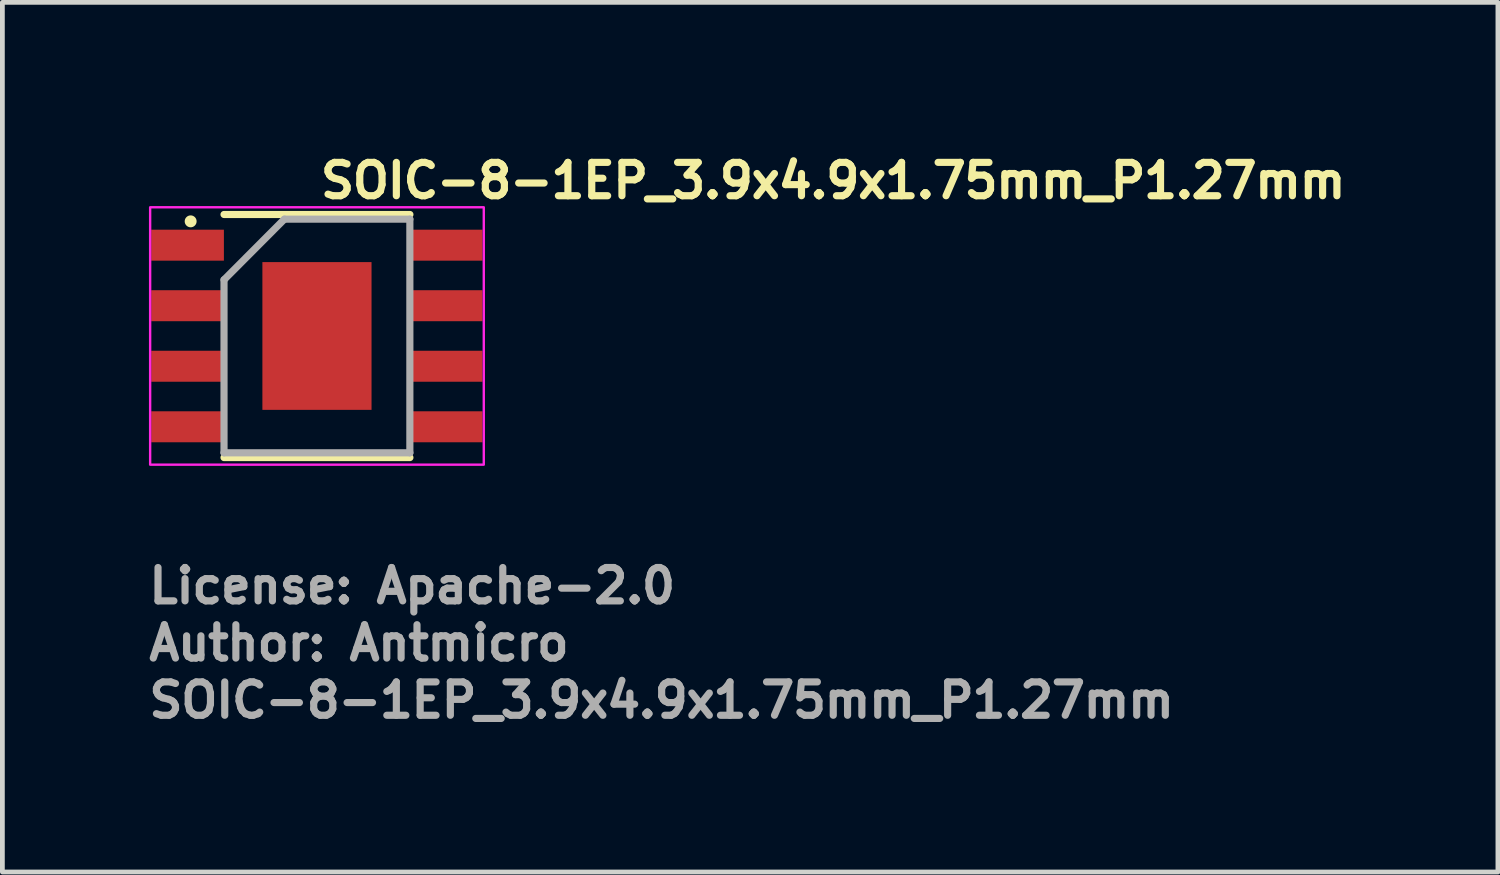
<source format=kicad_pcb>
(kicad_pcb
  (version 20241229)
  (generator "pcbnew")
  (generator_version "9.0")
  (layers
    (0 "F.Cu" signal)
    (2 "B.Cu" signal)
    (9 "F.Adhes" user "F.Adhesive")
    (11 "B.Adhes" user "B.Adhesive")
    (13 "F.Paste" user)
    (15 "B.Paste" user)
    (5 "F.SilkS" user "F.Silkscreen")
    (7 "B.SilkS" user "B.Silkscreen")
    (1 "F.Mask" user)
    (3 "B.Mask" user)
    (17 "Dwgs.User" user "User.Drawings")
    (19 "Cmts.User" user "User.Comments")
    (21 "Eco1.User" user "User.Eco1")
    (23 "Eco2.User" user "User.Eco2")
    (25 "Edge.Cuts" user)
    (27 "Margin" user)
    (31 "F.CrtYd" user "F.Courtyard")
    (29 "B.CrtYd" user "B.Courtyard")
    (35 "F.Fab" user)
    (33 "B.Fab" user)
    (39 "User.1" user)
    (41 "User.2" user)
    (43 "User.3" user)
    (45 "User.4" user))
  (footprint "SOIC-8-1EP_3.9x4.9x1.75mm_P1.27mm"
    (layer "F.Cu")
    (at 3.6 3.999)
    (property "Reference" "SOIC-8-1EP_3.9x4.9x1.75mm_P1.27mm" (at 0 -2.849 0) (layer "F.SilkS") (effects (font (size 0.7 0.7) (thickness 0.15)) (justify left bottom)))
    (attr smd)
    (fp_line (start 1.95 -2.549) (end -1.95 -2.549) (stroke (width 0.15) (type solid)) (layer "F.SilkS"))
    (fp_line (start 1.95 2.551) (end -1.95 2.551) (stroke (width 0.15) (type solid)) (layer "F.SilkS"))
    (fp_circle (center -2.65 -2.405) (end -2.6 -2.405) (stroke (width 0.15) (type solid)) (fill yes) (layer "F.SilkS"))
    (fp_rect (start -3.5 -2.7) (end 3.5 2.7) (stroke (width 0.05) (type solid)) (fill no) (layer "F.CrtYd"))
    (fp_line (start -1.95 -1.179) (end -0.683 -2.451) (stroke (width 0.15) (type solid)) (layer "F.Fab"))
    (fp_line (start -1.95 2.451) (end -1.95 -1.179) (stroke (width 0.15) (type solid)) (layer "F.Fab"))
    (fp_line (start -0.683 -2.451) (end 1.949 -2.451) (stroke (width 0.15) (type solid)) (layer "F.Fab"))
    (fp_line (start 1.949 -2.451) (end 1.949 2.451) (stroke (width 0.15) (type solid)) (layer "F.Fab"))
    (fp_line (start 1.949 2.451) (end -1.95 2.451) (stroke (width 0.15) (type solid)) (layer "F.Fab"))
    (fp_rect (start -3 -2.451) (end 2.999 2.451) (stroke (width 0.1) (type solid)) (fill no) (layer "User.5"))
    (fp_line (start -3 -2.109) (end -2.753 -2.109) (stroke (width 0.02) (type solid)) (layer "User.9"))
    (fp_line (start -3 -1.699) (end -3 -2.109) (stroke (width 0.02) (type solid)) (layer "User.9"))
    (fp_line (start -3 -1.699) (end -2.753 -1.699) (stroke (width 0.02) (type solid)) (layer "User.9"))
    (fp_line (start -3 -0.839) (end -2.753 -0.839) (stroke (width 0.02) (type solid)) (layer "User.9"))
    (fp_line (start -3 -0.429) (end -3 -0.839) (stroke (width 0.02) (type solid)) (layer "User.9"))
    (fp_line (start -3 -0.429) (end -2.753 -0.429) (stroke (width 0.02) (type solid)) (layer "User.9"))
    (fp_line (start -3 0.429) (end -2.753 0.429) (stroke (width 0.02) (type solid)) (layer "User.9"))
    (fp_line (start -3 0.839) (end -3 0.429) (stroke (width 0.02) (type solid)) (layer "User.9"))
    (fp_line (start -3 0.839) (end -2.753 0.839) (stroke (width 0.02) (type solid)) (layer "User.9"))
    (fp_line (start -3 1.7) (end -2.753 1.7) (stroke (width 0.02) (type solid)) (layer "User.9"))
    (fp_line (start -3 2.109) (end -3 1.7) (stroke (width 0.02) (type solid)) (layer "User.9"))
    (fp_line (start -3 2.109) (end -2.753 2.109) (stroke (width 0.02) (type solid)) (layer "User.9"))
    (fp_line (start -2.753 -2.109) (end -2.672 -2.109) (stroke (width 0.02) (type solid)) (layer "User.9"))
    (fp_line (start -2.753 -1.699) (end -2.672 -1.699) (stroke (width 0.02) (type solid)) (layer "User.9"))
    (fp_line (start -2.753 -0.839) (end -2.672 -0.839) (stroke (width 0.02) (type solid)) (layer "User.9"))
    (fp_line (start -2.753 -0.429) (end -2.672 -0.429) (stroke (width 0.02) (type solid)) (layer "User.9"))
    (fp_line (start -2.753 0.429) (end -2.672 0.429) (stroke (width 0.02) (type solid)) (layer "User.9"))
    (fp_line (start -2.753 0.839) (end -2.672 0.839) (stroke (width 0.02) (type solid)) (layer "User.9"))
    (fp_line (start -2.753 1.7) (end -2.672 1.7) (stroke (width 0.02) (type solid)) (layer "User.9"))
    (fp_line (start -2.753 2.109) (end -2.672 2.109) (stroke (width 0.02) (type solid)) (layer "User.9"))
    (fp_line (start -2.672 -2.109) (end -2.145 -2.109) (stroke (width 0.02) (type solid)) (layer "User.9"))
    (fp_line (start -2.672 -1.699) (end -2.145 -1.699) (stroke (width 0.02) (type solid)) (layer "User.9"))
    (fp_line (start -2.672 -0.839) (end -2.145 -0.839) (stroke (width 0.02) (type solid)) (layer "User.9"))
    (fp_line (start -2.672 -0.429) (end -2.145 -0.429) (stroke (width 0.02) (type solid)) (layer "User.9"))
    (fp_line (start -2.672 0.429) (end -2.145 0.429) (stroke (width 0.02) (type solid)) (layer "User.9"))
    (fp_line (start -2.672 0.839) (end -2.145 0.839) (stroke (width 0.02) (type solid)) (layer "User.9"))
    (fp_line (start -2.672 1.7) (end -2.145 1.7) (stroke (width 0.02) (type solid)) (layer "User.9"))
    (fp_line (start -2.672 2.109) (end -2.145 2.109) (stroke (width 0.02) (type solid)) (layer "User.9"))
    (fp_line (start -2.145 -2.109) (end -2.064 -2.109) (stroke (width 0.02) (type solid)) (layer "User.9"))
    (fp_line (start -2.145 -1.699) (end -2.064 -1.699) (stroke (width 0.02) (type solid)) (layer "User.9"))
    (fp_line (start -2.145 -0.839) (end -2.064 -0.839) (stroke (width 0.02) (type solid)) (layer "User.9"))
    (fp_line (start -2.145 -0.429) (end -2.064 -0.429) (stroke (width 0.02) (type solid)) (layer "User.9"))
    (fp_line (start -2.145 0.429) (end -2.064 0.429) (stroke (width 0.02) (type solid)) (layer "User.9"))
    (fp_line (start -2.145 0.839) (end -2.064 0.839) (stroke (width 0.02) (type solid)) (layer "User.9"))
    (fp_line (start -2.145 1.7) (end -2.064 1.7) (stroke (width 0.02) (type solid)) (layer "User.9"))
    (fp_line (start -2.145 2.109) (end -2.064 2.109) (stroke (width 0.02) (type solid)) (layer "User.9"))
    (fp_line (start -2.064 -2.109) (end -1.95 -2.109) (stroke (width 0.02) (type solid)) (layer "User.9"))
    (fp_line (start -2.064 -1.699) (end -1.95 -1.699) (stroke (width 0.02) (type solid)) (layer "User.9"))
    (fp_line (start -2.064 -0.839) (end -1.95 -0.839) (stroke (width 0.02) (type solid)) (layer "User.9"))
    (fp_line (start -2.064 -0.429) (end -1.95 -0.429) (stroke (width 0.02) (type solid)) (layer "User.9"))
    (fp_line (start -2.064 0.429) (end -1.95 0.429) (stroke (width 0.02) (type solid)) (layer "User.9"))
    (fp_line (start -2.064 0.839) (end -1.95 0.839) (stroke (width 0.02) (type solid)) (layer "User.9"))
    (fp_line (start -2.064 1.7) (end -1.95 1.7) (stroke (width 0.02) (type solid)) (layer "User.9"))
    (fp_line (start -2.064 2.109) (end -1.95 2.109) (stroke (width 0.02) (type solid)) (layer "User.9"))
    (fp_line (start -1.95 -2.451) (end -1.859 -2.358) (stroke (width 0.02) (type solid)) (layer "User.9"))
    (fp_line (start -1.95 -2.451) (end 1.949 -2.451) (stroke (width 0.02) (type solid)) (layer "User.9"))
    (fp_line (start -1.95 -1.699) (end -1.95 -2.109) (stroke (width 0.02) (type solid)) (layer "User.9"))
    (fp_line (start -1.95 -0.429) (end -1.95 -0.839) (stroke (width 0.02) (type solid)) (layer "User.9"))
    (fp_line (start -1.95 0.839) (end -1.95 0.429) (stroke (width 0.02) (type solid)) (layer "User.9"))
    (fp_line (start -1.95 2.109) (end -1.95 1.7) (stroke (width 0.02) (type solid)) (layer "User.9"))
    (fp_line (start -1.95 2.451) (end -1.95 -2.451) (stroke (width 0.02) (type solid)) (layer "User.9"))
    (fp_line (start -1.95 2.451) (end -1.859 2.359) (stroke (width 0.02) (type solid)) (layer "User.9"))
    (fp_line (start -1.95 2.451) (end 1.949 2.451) (stroke (width 0.02) (type solid)) (layer "User.9"))
    (fp_line (start -1.859 -2.358) (end -1.809 -2.309) (stroke (width 0.02) (type solid)) (layer "User.9"))
    (fp_line (start -1.859 2.359) (end -1.809 2.308) (stroke (width 0.02) (type solid)) (layer "User.9"))
    (fp_line (start -1.559 -1.84) (end -1.559 -1.828) (stroke (width 0.02) (type solid)) (layer "User.9"))
    (fp_line (start -1.559 -1.828) (end -1.559 -1.814) (stroke (width 0.02) (type solid)) (layer "User.9"))
    (fp_line (start -1.559 -1.814) (end -1.559 -1.814) (stroke (width 0.02) (type solid)) (layer "User.9"))
    (fp_line (start -1.559 -1.814) (end -1.559 -1.802) (stroke (width 0.02) (type solid)) (layer "User.9"))
    (fp_line (start -1.559 -1.802) (end -1.559 -1.791) (stroke (width 0.02) (type solid)) (layer "User.9"))
    (fp_line (start -1.559 -1.791) (end -1.557 -1.777) (stroke (width 0.02) (type solid)) (layer "User.9"))
    (fp_line (start -1.557 -1.852) (end -1.559 -1.84) (stroke (width 0.02) (type solid)) (layer "User.9"))
    (fp_line (start -1.557 -1.777) (end -1.555 -1.765) (stroke (width 0.02) (type solid)) (layer "User.9"))
    (fp_line (start -1.555 -1.864) (end -1.557 -1.852) (stroke (width 0.02) (type solid)) (layer "User.9"))
    (fp_line (start -1.555 -1.765) (end -1.553 -1.755) (stroke (width 0.02) (type solid)) (layer "User.9"))
    (fp_line (start -1.553 -1.876) (end -1.555 -1.864) (stroke (width 0.02) (type solid)) (layer "User.9"))
    (fp_line (start -1.553 -1.755) (end -1.549 -1.743) (stroke (width 0.02) (type solid)) (layer "User.9"))
    (fp_line (start -1.549 -1.888) (end -1.553 -1.876) (stroke (width 0.02) (type solid)) (layer "User.9"))
    (fp_line (start -1.549 -1.743) (end -1.545 -1.731) (stroke (width 0.02) (type solid)) (layer "User.9"))
    (fp_line (start -1.545 -1.898) (end -1.549 -1.888) (stroke (width 0.02) (type solid)) (layer "User.9"))
    (fp_line (start -1.545 -1.731) (end -1.541 -1.721) (stroke (width 0.02) (type solid)) (layer "User.9"))
    (fp_line (start -1.541 -1.91) (end -1.545 -1.898) (stroke (width 0.02) (type solid)) (layer "User.9"))
    (fp_line (start -1.541 -1.721) (end -1.536 -1.709) (stroke (width 0.02) (type solid)) (layer "User.9"))
    (fp_line (start -1.536 -1.921) (end -1.541 -1.91) (stroke (width 0.02) (type solid)) (layer "User.9"))
    (fp_line (start -1.536 -1.709) (end -1.53 -1.699) (stroke (width 0.02) (type solid)) (layer "User.9"))
    (fp_line (start -1.53 -1.931) (end -1.536 -1.921) (stroke (width 0.02) (type solid)) (layer "User.9"))
    (fp_line (start -1.53 -1.699) (end -1.524 -1.689) (stroke (width 0.02) (type solid)) (layer "User.9"))
    (fp_line (start -1.524 -1.941) (end -1.53 -1.931) (stroke (width 0.02) (type solid)) (layer "User.9"))
    (fp_line (start -1.524 -1.689) (end -1.518 -1.679) (stroke (width 0.02) (type solid)) (layer "User.9"))
    (fp_line (start -1.518 -1.951) (end -1.524 -1.941) (stroke (width 0.02) (type solid)) (layer "User.9"))
    (fp_line (start -1.518 -1.679) (end -1.512 -1.669) (stroke (width 0.02) (type solid)) (layer "User.9"))
    (fp_line (start -1.512 -1.961) (end -1.518 -1.951) (stroke (width 0.02) (type solid)) (layer "User.9"))
    (fp_line (start -1.512 -1.669) (end -1.504 -1.66) (stroke (width 0.02) (type solid)) (layer "User.9"))
    (fp_line (start -1.504 -1.971) (end -1.512 -1.961) (stroke (width 0.02) (type solid)) (layer "User.9"))
    (fp_line (start -1.504 -1.66) (end -1.496 -1.652) (stroke (width 0.02) (type solid)) (layer "User.9"))
    (fp_line (start -1.496 -1.979) (end -1.504 -1.971) (stroke (width 0.02) (type solid)) (layer "User.9"))
    (fp_line (start -1.496 -1.652) (end -1.488 -1.642) (stroke (width 0.02) (type solid)) (layer "User.9"))
    (fp_line (start -1.488 -1.987) (end -1.496 -1.979) (stroke (width 0.02) (type solid)) (layer "User.9"))
    (fp_line (start -1.488 -1.642) (end -1.48 -1.634) (stroke (width 0.02) (type solid)) (layer "User.9"))
    (fp_line (start -1.48 -1.995) (end -1.488 -1.987) (stroke (width 0.02) (type solid)) (layer "User.9"))
    (fp_line (start -1.48 -1.634) (end -1.472 -1.626) (stroke (width 0.02) (type solid)) (layer "User.9"))
    (fp_line (start -1.472 -2.003) (end -1.48 -1.995) (stroke (width 0.02) (type solid)) (layer "User.9"))
    (fp_line (start -1.472 -1.626) (end -1.462 -1.62) (stroke (width 0.02) (type solid)) (layer "User.9"))
    (fp_line (start -1.462 -2.011) (end -1.472 -2.003) (stroke (width 0.02) (type solid)) (layer "User.9"))
    (fp_line (start -1.462 -1.62) (end -1.452 -1.612) (stroke (width 0.02) (type solid)) (layer "User.9"))
    (fp_line (start -1.452 -2.018) (end -1.462 -2.011) (stroke (width 0.02) (type solid)) (layer "User.9"))
    (fp_line (start -1.452 -1.612) (end -1.442 -1.606) (stroke (width 0.02) (type solid)) (layer "User.9"))
    (fp_line (start -1.442 -2.023) (end -1.452 -2.018) (stroke (width 0.02) (type solid)) (layer "User.9"))
    (fp_line (start -1.442 -1.606) (end -1.432 -1.6) (stroke (width 0.02) (type solid)) (layer "User.9"))
    (fp_line (start -1.432 -2.03) (end -1.442 -2.023) (stroke (width 0.02) (type solid)) (layer "User.9"))
    (fp_line (start -1.432 -1.6) (end -1.422 -1.596) (stroke (width 0.02) (type solid)) (layer "User.9"))
    (fp_line (start -1.422 -2.035) (end -1.432 -2.03) (stroke (width 0.02) (type solid)) (layer "User.9"))
    (fp_line (start -1.422 -1.596) (end -1.41 -1.59) (stroke (width 0.02) (type solid)) (layer "User.9"))
    (fp_line (start -1.41 -2.039) (end -1.422 -2.035) (stroke (width 0.02) (type solid)) (layer "User.9"))
    (fp_line (start -1.41 -1.59) (end -1.399 -1.586) (stroke (width 0.02) (type solid)) (layer "User.9"))
    (fp_line (start -1.399 -2.043) (end -1.41 -2.039) (stroke (width 0.02) (type solid)) (layer "User.9"))
    (fp_line (start -1.399 -1.586) (end -1.389 -1.582) (stroke (width 0.02) (type solid)) (layer "User.9"))
    (fp_line (start -1.389 -2.047) (end -1.399 -2.043) (stroke (width 0.02) (type solid)) (layer "User.9"))
    (fp_line (start -1.389 -1.582) (end -1.377 -1.578) (stroke (width 0.02) (type solid)) (layer "User.9"))
    (fp_line (start -1.377 -2.052) (end -1.389 -2.047) (stroke (width 0.02) (type solid)) (layer "User.9"))
    (fp_line (start -1.377 -1.578) (end -1.365 -1.576) (stroke (width 0.02) (type solid)) (layer "User.9"))
    (fp_line (start -1.365 -2.053) (end -1.377 -2.052) (stroke (width 0.02) (type solid)) (layer "User.9"))
    (fp_line (start -1.365 -1.576) (end -1.353 -1.574) (stroke (width 0.02) (type solid)) (layer "User.9"))
    (fp_line (start -1.353 -2.056) (end -1.365 -2.053) (stroke (width 0.02) (type solid)) (layer "User.9"))
    (fp_line (start -1.353 -1.574) (end -1.341 -1.572) (stroke (width 0.02) (type solid)) (layer "User.9"))
    (fp_line (start -1.341 -2.057) (end -1.353 -2.056) (stroke (width 0.02) (type solid)) (layer "User.9"))
    (fp_line (start -1.341 -1.572) (end -1.329 -1.572) (stroke (width 0.02) (type solid)) (layer "User.9"))
    (fp_line (start -1.329 -2.059) (end -1.341 -2.057) (stroke (width 0.02) (type solid)) (layer "User.9"))
    (fp_line (start -1.329 -1.572) (end -1.315 -1.572) (stroke (width 0.02) (type solid)) (layer "User.9"))
    (fp_line (start -1.315 -2.059) (end -1.329 -2.059) (stroke (width 0.02) (type solid)) (layer "User.9"))
    (fp_line (start -1.315 -2.059) (end -1.315 -2.059) (stroke (width 0.02) (type solid)) (layer "User.9"))
    (fp_line (start -1.315 -1.572) (end -1.315 -1.572) (stroke (width 0.02) (type solid)) (layer "User.9"))
    (fp_line (start -1.315 -1.572) (end -1.303 -1.572) (stroke (width 0.02) (type solid)) (layer "User.9"))
    (fp_line (start -1.303 -2.059) (end -1.315 -2.059) (stroke (width 0.02) (type solid)) (layer "User.9"))
    (fp_line (start -1.303 -1.572) (end -1.291 -1.572) (stroke (width 0.02) (type solid)) (layer "User.9"))
    (fp_line (start -1.291 -2.057) (end -1.303 -2.059) (stroke (width 0.02) (type solid)) (layer "User.9"))
    (fp_line (start -1.291 -1.572) (end -1.278 -1.574) (stroke (width 0.02) (type solid)) (layer "User.9"))
    (fp_line (start -1.278 -2.056) (end -1.291 -2.057) (stroke (width 0.02) (type solid)) (layer "User.9"))
    (fp_line (start -1.278 -1.574) (end -1.266 -1.576) (stroke (width 0.02) (type solid)) (layer "User.9"))
    (fp_line (start -1.266 -2.053) (end -1.278 -2.056) (stroke (width 0.02) (type solid)) (layer "User.9"))
    (fp_line (start -1.266 -1.576) (end -1.256 -1.578) (stroke (width 0.02) (type solid)) (layer "User.9"))
    (fp_line (start -1.256 -2.052) (end -1.266 -2.053) (stroke (width 0.02) (type solid)) (layer "User.9"))
    (fp_line (start -1.256 -1.578) (end -1.244 -1.582) (stroke (width 0.02) (type solid)) (layer "User.9"))
    (fp_line (start -1.244 -2.047) (end -1.256 -2.052) (stroke (width 0.02) (type solid)) (layer "User.9"))
    (fp_line (start -1.244 -1.582) (end -1.232 -1.586) (stroke (width 0.02) (type solid)) (layer "User.9"))
    (fp_line (start -1.232 -2.043) (end -1.244 -2.047) (stroke (width 0.02) (type solid)) (layer "User.9"))
    (fp_line (start -1.232 -1.586) (end -1.222 -1.59) (stroke (width 0.02) (type solid)) (layer "User.9"))
    (fp_line (start -1.222 -2.039) (end -1.232 -2.043) (stroke (width 0.02) (type solid)) (layer "User.9"))
    (fp_line (start -1.222 -1.59) (end -1.21 -1.596) (stroke (width 0.02) (type solid)) (layer "User.9"))
    (fp_line (start -1.21 -2.035) (end -1.222 -2.039) (stroke (width 0.02) (type solid)) (layer "User.9"))
    (fp_line (start -1.21 -1.596) (end -1.2 -1.6) (stroke (width 0.02) (type solid)) (layer "User.9"))
    (fp_line (start -1.2 -2.03) (end -1.21 -2.035) (stroke (width 0.02) (type solid)) (layer "User.9"))
    (fp_line (start -1.2 -1.6) (end -1.19 -1.606) (stroke (width 0.02) (type solid)) (layer "User.9"))
    (fp_line (start -1.19 -2.023) (end -1.2 -2.03) (stroke (width 0.02) (type solid)) (layer "User.9"))
    (fp_line (start -1.19 -1.606) (end -1.18 -1.612) (stroke (width 0.02) (type solid)) (layer "User.9"))
    (fp_line (start -1.18 -2.018) (end -1.19 -2.023) (stroke (width 0.02) (type solid)) (layer "User.9"))
    (fp_line (start -1.18 -1.612) (end -1.17 -1.62) (stroke (width 0.02) (type solid)) (layer "User.9"))
    (fp_line (start -1.17 -2.011) (end -1.18 -2.018) (stroke (width 0.02) (type solid)) (layer "User.9"))
    (fp_line (start -1.17 -1.62) (end -1.16 -1.626) (stroke (width 0.02) (type solid)) (layer "User.9"))
    (fp_line (start -1.16 -2.003) (end -1.17 -2.011) (stroke (width 0.02) (type solid)) (layer "User.9"))
    (fp_line (start -1.16 -1.626) (end -1.153 -1.634) (stroke (width 0.02) (type solid)) (layer "User.9"))
    (fp_line (start -1.153 -1.995) (end -1.16 -2.003) (stroke (width 0.02) (type solid)) (layer "User.9"))
    (fp_line (start -1.153 -1.634) (end -1.143 -1.642) (stroke (width 0.02) (type solid)) (layer "User.9"))
    (fp_line (start -1.143 -1.987) (end -1.153 -1.995) (stroke (width 0.02) (type solid)) (layer "User.9"))
    (fp_line (start -1.143 -1.642) (end -1.135 -1.652) (stroke (width 0.02) (type solid)) (layer "User.9"))
    (fp_line (start -1.135 -1.979) (end -1.143 -1.987) (stroke (width 0.02) (type solid)) (layer "User.9"))
    (fp_line (start -1.135 -1.652) (end -1.127 -1.66) (stroke (width 0.02) (type solid)) (layer "User.9"))
    (fp_line (start -1.127 -1.971) (end -1.135 -1.979) (stroke (width 0.02) (type solid)) (layer "User.9"))
    (fp_line (start -1.127 -1.66) (end -1.121 -1.669) (stroke (width 0.02) (type solid)) (layer "User.9"))
    (fp_line (start -1.121 -1.961) (end -1.127 -1.971) (stroke (width 0.02) (type solid)) (layer "User.9"))
    (fp_line (start -1.121 -1.669) (end -1.113 -1.679) (stroke (width 0.02) (type solid)) (layer "User.9"))
    (fp_line (start -1.113 -1.951) (end -1.121 -1.961) (stroke (width 0.02) (type solid)) (layer "User.9"))
    (fp_line (start -1.113 -1.679) (end -1.107 -1.689) (stroke (width 0.02) (type solid)) (layer "User.9"))
    (fp_line (start -1.107 -1.941) (end -1.113 -1.951) (stroke (width 0.02) (type solid)) (layer "User.9"))
    (fp_line (start -1.107 -1.689) (end -1.101 -1.699) (stroke (width 0.02) (type solid)) (layer "User.9"))
    (fp_line (start -1.101 -1.931) (end -1.107 -1.941) (stroke (width 0.02) (type solid)) (layer "User.9"))
    (fp_line (start -1.101 -1.699) (end -1.097 -1.709) (stroke (width 0.02) (type solid)) (layer "User.9"))
    (fp_line (start -1.097 -1.921) (end -1.101 -1.931) (stroke (width 0.02) (type solid)) (layer "User.9"))
    (fp_line (start -1.097 -1.709) (end -1.091 -1.721) (stroke (width 0.02) (type solid)) (layer "User.9"))
    (fp_line (start -1.091 -1.91) (end -1.097 -1.921) (stroke (width 0.02) (type solid)) (layer "User.9"))
    (fp_line (start -1.091 -1.721) (end -1.087 -1.731) (stroke (width 0.02) (type solid)) (layer "User.9"))
    (fp_line (start -1.087 -1.898) (end -1.091 -1.91) (stroke (width 0.02) (type solid)) (layer "User.9"))
    (fp_line (start -1.087 -1.731) (end -1.083 -1.743) (stroke (width 0.02) (type solid)) (layer "User.9"))
    (fp_line (start -1.083 -1.888) (end -1.087 -1.898) (stroke (width 0.02) (type solid)) (layer "User.9"))
    (fp_line (start -1.083 -1.743) (end -1.079 -1.755) (stroke (width 0.02) (type solid)) (layer "User.9"))
    (fp_line (start -1.079 -1.876) (end -1.083 -1.888) (stroke (width 0.02) (type solid)) (layer "User.9"))
    (fp_line (start -1.079 -1.755) (end -1.077 -1.765) (stroke (width 0.02) (type solid)) (layer "User.9"))
    (fp_line (start -1.077 -1.864) (end -1.079 -1.876) (stroke (width 0.02) (type solid)) (layer "User.9"))
    (fp_line (start -1.077 -1.765) (end -1.075 -1.777) (stroke (width 0.02) (type solid)) (layer "User.9"))
    (fp_line (start -1.075 -1.852) (end -1.077 -1.864) (stroke (width 0.02) (type solid)) (layer "User.9"))
    (fp_line (start -1.075 -1.777) (end -1.073 -1.791) (stroke (width 0.02) (type solid)) (layer "User.9"))
    (fp_line (start -1.073 -1.84) (end -1.075 -1.852) (stroke (width 0.02) (type solid)) (layer "User.9"))
    (fp_line (start -1.073 -1.828) (end -1.073 -1.84) (stroke (width 0.02) (type solid)) (layer "User.9"))
    (fp_line (start -1.073 -1.814) (end -1.073 -1.828) (stroke (width 0.02) (type solid)) (layer "User.9"))
    (fp_line (start -1.073 -1.814) (end -1.073 -1.814) (stroke (width 0.02) (type solid)) (layer "User.9"))
    (fp_line (start -1.073 -1.814) (end -1.073 -1.814) (stroke (width 0.02) (type solid)) (layer "User.9"))
    (fp_line (start -1.073 -1.802) (end -1.073 -1.814) (stroke (width 0.02) (type solid)) (layer "User.9"))
    (fp_line (start -1.073 -1.791) (end -1.073 -1.802) (stroke (width 0.02) (type solid)) (layer "User.9"))
    (fp_line (start 1.808 -2.309) (end 1.858 -2.358) (stroke (width 0.02) (type solid)) (layer "User.9"))
    (fp_line (start 1.858 2.359) (end 1.808 2.308) (stroke (width 0.02) (type solid)) (layer "User.9"))
    (fp_line (start 1.949 -2.451) (end 1.858 -2.358) (stroke (width 0.02) (type solid)) (layer "User.9"))
    (fp_line (start 1.949 -2.109) (end 2.061 -2.109) (stroke (width 0.02) (type solid)) (layer "User.9"))
    (fp_line (start 1.949 -1.699) (end 1.949 -2.109) (stroke (width 0.02) (type solid)) (layer "User.9"))
    (fp_line (start 1.949 -1.699) (end 2.061 -1.699) (stroke (width 0.02) (type solid)) (layer "User.9"))
    (fp_line (start 1.949 -0.839) (end 2.061 -0.839) (stroke (width 0.02) (type solid)) (layer "User.9"))
    (fp_line (start 1.949 -0.429) (end 1.949 -0.839) (stroke (width 0.02) (type solid)) (layer "User.9"))
    (fp_line (start 1.949 -0.429) (end 2.061 -0.429) (stroke (width 0.02) (type solid)) (layer "User.9"))
    (fp_line (start 1.949 0.429) (end 2.061 0.429) (stroke (width 0.02) (type solid)) (layer "User.9"))
    (fp_line (start 1.949 0.839) (end 1.949 0.429) (stroke (width 0.02) (type solid)) (layer "User.9"))
    (fp_line (start 1.949 0.839) (end 2.061 0.839) (stroke (width 0.02) (type solid)) (layer "User.9"))
    (fp_line (start 1.949 1.7) (end 2.061 1.7) (stroke (width 0.02) (type solid)) (layer "User.9"))
    (fp_line (start 1.949 2.109) (end 1.949 1.7) (stroke (width 0.02) (type solid)) (layer "User.9"))
    (fp_line (start 1.949 2.109) (end 2.061 2.109) (stroke (width 0.02) (type solid)) (layer "User.9"))
    (fp_line (start 1.949 2.451) (end 1.858 2.359) (stroke (width 0.02) (type solid)) (layer "User.9"))
    (fp_line (start 1.949 2.451) (end 1.949 -2.451) (stroke (width 0.02) (type solid)) (layer "User.9"))
    (fp_line (start 2.143 -2.109) (end 2.061 -2.109) (stroke (width 0.02) (type solid)) (layer "User.9"))
    (fp_line (start 2.143 -1.699) (end 2.061 -1.699) (stroke (width 0.02) (type solid)) (layer "User.9"))
    (fp_line (start 2.143 -0.839) (end 2.061 -0.839) (stroke (width 0.02) (type solid)) (layer "User.9"))
    (fp_line (start 2.143 -0.429) (end 2.061 -0.429) (stroke (width 0.02) (type solid)) (layer "User.9"))
    (fp_line (start 2.143 0.429) (end 2.061 0.429) (stroke (width 0.02) (type solid)) (layer "User.9"))
    (fp_line (start 2.143 0.839) (end 2.061 0.839) (stroke (width 0.02) (type solid)) (layer "User.9"))
    (fp_line (start 2.143 1.7) (end 2.061 1.7) (stroke (width 0.02) (type solid)) (layer "User.9"))
    (fp_line (start 2.143 2.109) (end 2.061 2.109) (stroke (width 0.02) (type solid)) (layer "User.9"))
    (fp_line (start 2.669 -2.109) (end 2.143 -2.109) (stroke (width 0.02) (type solid)) (layer "User.9"))
    (fp_line (start 2.669 -1.699) (end 2.143 -1.699) (stroke (width 0.02) (type solid)) (layer "User.9"))
    (fp_line (start 2.669 -0.839) (end 2.143 -0.839) (stroke (width 0.02) (type solid)) (layer "User.9"))
    (fp_line (start 2.669 -0.429) (end 2.143 -0.429) (stroke (width 0.02) (type solid)) (layer "User.9"))
    (fp_line (start 2.669 0.429) (end 2.143 0.429) (stroke (width 0.02) (type solid)) (layer "User.9"))
    (fp_line (start 2.669 0.839) (end 2.143 0.839) (stroke (width 0.02) (type solid)) (layer "User.9"))
    (fp_line (start 2.669 1.7) (end 2.143 1.7) (stroke (width 0.02) (type solid)) (layer "User.9"))
    (fp_line (start 2.669 2.109) (end 2.143 2.109) (stroke (width 0.02) (type solid)) (layer "User.9"))
    (fp_line (start 2.75 -2.109) (end 2.669 -2.109) (stroke (width 0.02) (type solid)) (layer "User.9"))
    (fp_line (start 2.75 -2.109) (end 2.999 -2.109) (stroke (width 0.02) (type solid)) (layer "User.9"))
    (fp_line (start 2.75 -1.699) (end 2.669 -1.699) (stroke (width 0.02) (type solid)) (layer "User.9"))
    (fp_line (start 2.75 -1.699) (end 2.999 -1.699) (stroke (width 0.02) (type solid)) (layer "User.9"))
    (fp_line (start 2.75 -0.839) (end 2.669 -0.839) (stroke (width 0.02) (type solid)) (layer "User.9"))
    (fp_line (start 2.75 -0.839) (end 2.999 -0.839) (stroke (width 0.02) (type solid)) (layer "User.9"))
    (fp_line (start 2.75 -0.429) (end 2.669 -0.429) (stroke (width 0.02) (type solid)) (layer "User.9"))
    (fp_line (start 2.75 -0.429) (end 2.999 -0.429) (stroke (width 0.02) (type solid)) (layer "User.9"))
    (fp_line (start 2.75 0.429) (end 2.669 0.429) (stroke (width 0.02) (type solid)) (layer "User.9"))
    (fp_line (start 2.75 0.429) (end 2.999 0.429) (stroke (width 0.02) (type solid)) (layer "User.9"))
    (fp_line (start 2.75 0.839) (end 2.669 0.839) (stroke (width 0.02) (type solid)) (layer "User.9"))
    (fp_line (start 2.75 0.839) (end 2.999 0.839) (stroke (width 0.02) (type solid)) (layer "User.9"))
    (fp_line (start 2.75 1.7) (end 2.669 1.7) (stroke (width 0.02) (type solid)) (layer "User.9"))
    (fp_line (start 2.75 1.7) (end 2.999 1.7) (stroke (width 0.02) (type solid)) (layer "User.9"))
    (fp_line (start 2.75 2.109) (end 2.669 2.109) (stroke (width 0.02) (type solid)) (layer "User.9"))
    (fp_line (start 2.75 2.109) (end 2.999 2.109) (stroke (width 0.02) (type solid)) (layer "User.9"))
    (fp_line (start 2.999 -1.699) (end 2.999 -2.109) (stroke (width 0.02) (type solid)) (layer "User.9"))
    (fp_line (start 2.999 -0.429) (end 2.999 -0.839) (stroke (width 0.02) (type solid)) (layer "User.9"))
    (fp_line (start 2.999 0.839) (end 2.999 0.429) (stroke (width 0.02) (type solid)) (layer "User.9"))
    (fp_line (start 2.999 2.109) (end 2.999 1.7) (stroke (width 0.02) (type solid)) (layer "User.9"))
    (fp_text user "Author: Antmicro" (at -3.6 6.851 0) (layer "F.Fab") (effects (font (size 0.7 0.7) (thickness 0.15)) (justify left bottom)))
    (fp_text user "${REFERENCE}" (at -3.6 8.051 0) (layer "F.Fab") (effects (font (size 0.7 0.7) (thickness 0.15)) (justify left bottom)))
    (fp_text user "License: Apache-2.0" (at -3.6 5.651 0) (layer "F.Fab") (effects (font (size 0.7 0.7) (thickness 0.15)) (justify left bottom)))
    (pad "1" smd rect (at -2.715 -1.905 90) (size 0.65 1.525) (layers "F.Cu" "F.Mask" "F.Paste"))
    (pad "2" smd rect (at -2.715 -0.635 90) (size 0.65 1.525) (layers "F.Cu" "F.Mask" "F.Paste"))
    (pad "3" smd rect (at -2.715 0.635 90) (size 0.65 1.525) (layers "F.Cu" "F.Mask" "F.Paste"))
    (pad "4" smd rect (at -2.715 1.905 90) (size 0.65 1.525) (layers "F.Cu" "F.Mask" "F.Paste"))
    (pad "5" smd rect (at 2.71 1.905 90) (size 0.65 1.525) (layers "F.Cu" "F.Mask" "F.Paste"))
    (pad "6" smd rect (at 2.71 0.635 90) (size 0.65 1.525) (layers "F.Cu" "F.Mask" "F.Paste"))
    (pad "7" smd rect (at 2.71 -0.635 90) (size 0.65 1.525) (layers "F.Cu" "F.Mask" "F.Paste"))
    (pad "8" smd rect (at 2.71 -1.905 90) (size 0.65 1.525) (layers "F.Cu" "F.Mask" "F.Paste"))
    (pad "9" smd rect (at 0 0) (size 2.29 3.1) (layers "F.Cu" "F.Mask" "F.Paste")))
  (gr_rect
    (start -3 -3)
    (end 28.377 15.245)
    (stroke (width 0.1) (type default))
    (fill no)
    (layer "Edge.Cuts")))
</source>
